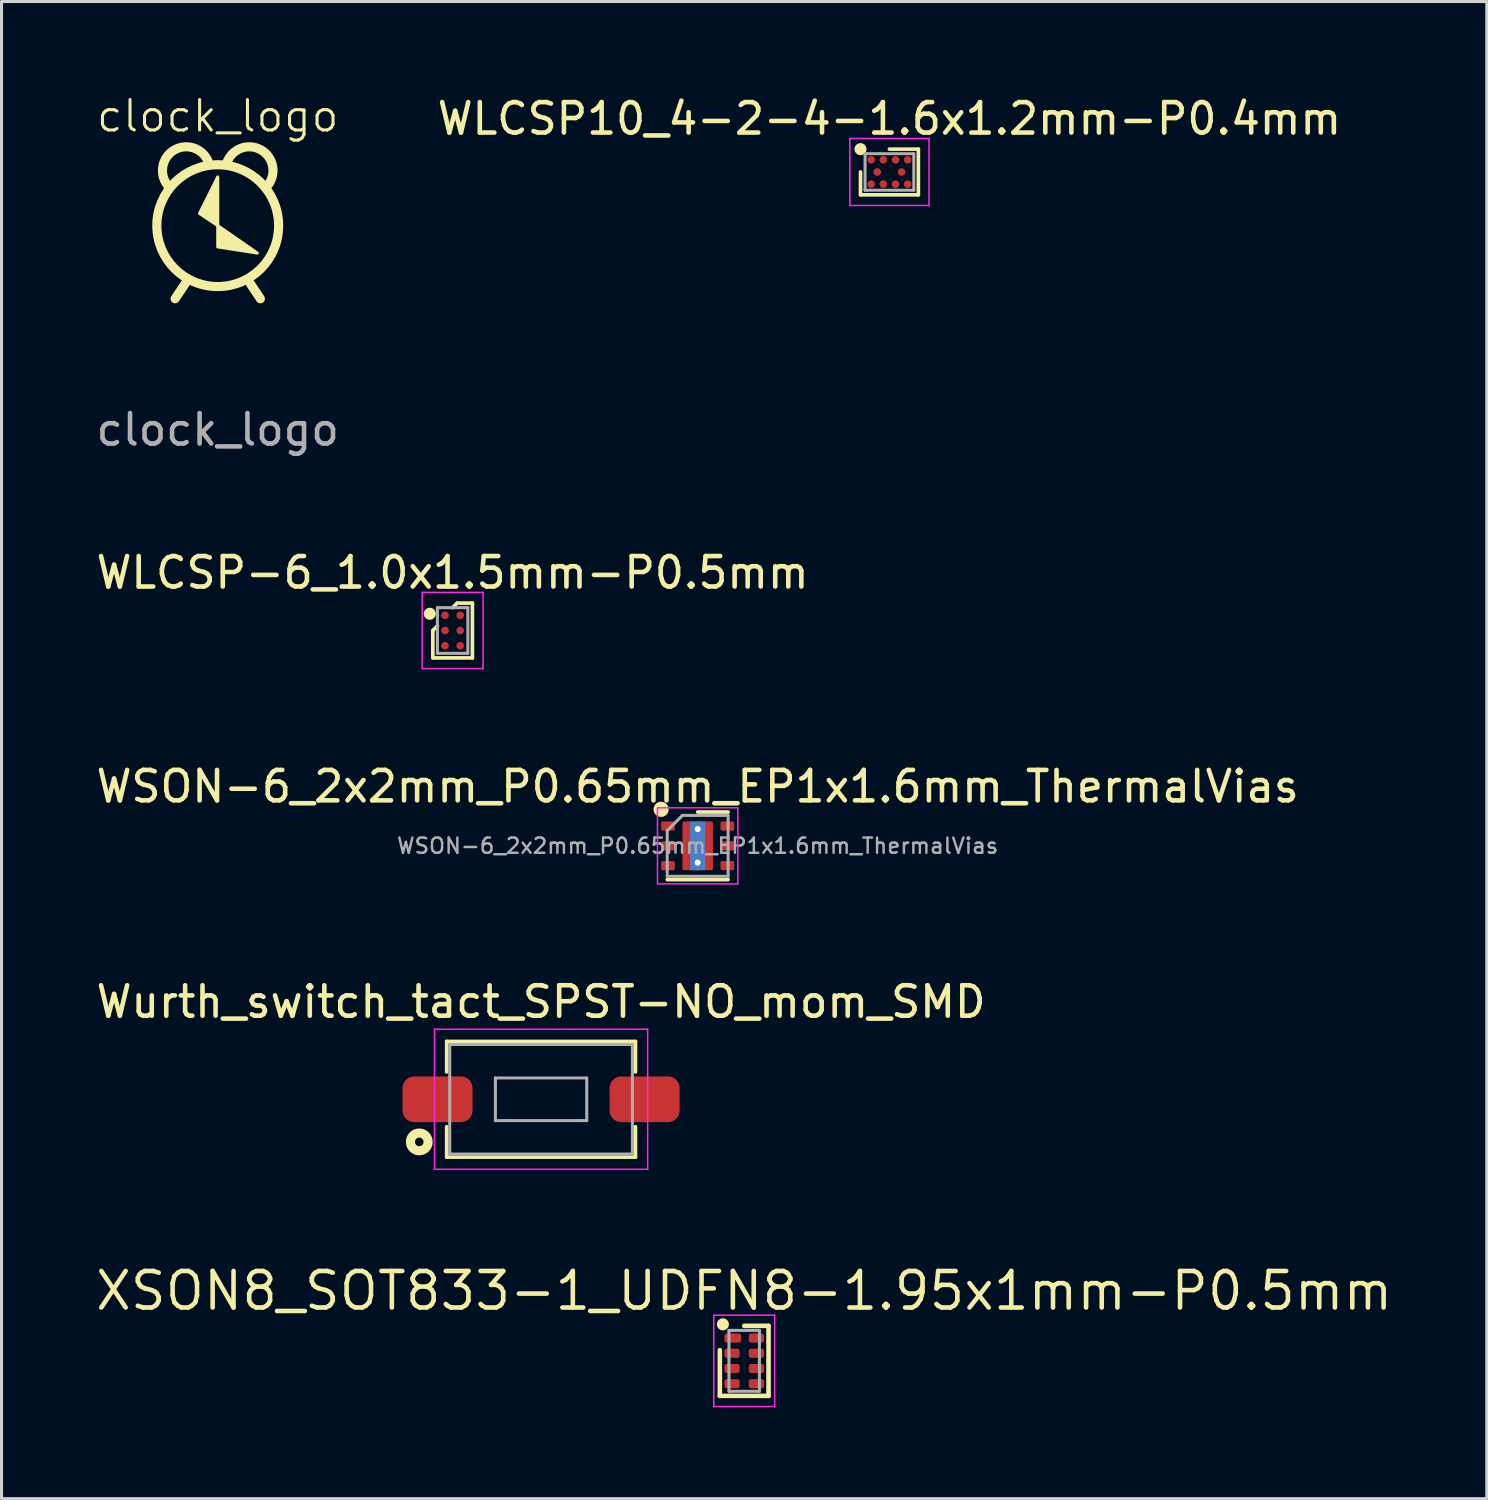
<source format=kicad_pcb>
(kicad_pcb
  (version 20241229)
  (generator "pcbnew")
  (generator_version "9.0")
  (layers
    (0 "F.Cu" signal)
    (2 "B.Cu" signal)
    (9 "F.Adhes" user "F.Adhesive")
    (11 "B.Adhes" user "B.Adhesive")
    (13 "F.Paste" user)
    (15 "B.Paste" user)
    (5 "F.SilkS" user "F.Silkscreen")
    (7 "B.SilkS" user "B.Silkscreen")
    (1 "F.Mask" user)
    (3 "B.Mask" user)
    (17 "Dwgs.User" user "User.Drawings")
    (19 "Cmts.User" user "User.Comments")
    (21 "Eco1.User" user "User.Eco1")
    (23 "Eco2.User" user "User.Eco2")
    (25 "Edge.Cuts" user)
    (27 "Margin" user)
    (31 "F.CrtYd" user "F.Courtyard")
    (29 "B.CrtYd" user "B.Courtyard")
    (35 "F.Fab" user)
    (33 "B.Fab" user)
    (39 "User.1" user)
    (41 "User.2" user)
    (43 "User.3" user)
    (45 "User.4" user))
  (footprint "XSON8_SOT833-1_UDFN8-1.95x1mm-P0.5mm"
    (layer "F.Cu")
    (at 21.391 41.644)
    (property "Reference" "XSON8_SOT833-1_UDFN8-1.95x1mm-P0.5mm" (at 0 -2.3 0) (layer "F.SilkS") (effects (font (size 1.2 1.2) (thickness 0.15))))
    (attr smd)
    (fp_line (start -0.8 -0.35) (end -0.8 1.15) (stroke (width 0.15) (type solid)) (layer "F.SilkS"))
    (fp_line (start -0.8 1.15) (end 0.8 1.15) (stroke (width 0.15) (type solid)) (layer "F.SilkS"))
    (fp_line (start 0.8 -1.15) (end 0 -1.15) (stroke (width 0.15) (type solid)) (layer "F.SilkS"))
    (fp_line (start 0.8 1.15) (end 0.8 -1.15) (stroke (width 0.15) (type solid)) (layer "F.SilkS"))
    (fp_circle (center -0.7 -1.2) (end -0.6 -1.2) (stroke (width 0.2) (type solid)) (fill no) (layer "F.SilkS"))
    (fp_line (start -1 -1.5) (end 1 -1.5) (stroke (width 0.05) (type solid)) (layer "F.CrtYd"))
    (fp_line (start -1 1.5) (end -1 -1.5) (stroke (width 0.05) (type solid)) (layer "F.CrtYd"))
    (fp_line (start 1 -1.5) (end 1 1.5) (stroke (width 0.05) (type solid)) (layer "F.CrtYd"))
    (fp_line (start 1 1.5) (end -1 1.5) (stroke (width 0.05) (type solid)) (layer "F.CrtYd"))
    (fp_line (start -0.5 -1) (end -0.5 1) (stroke (width 0.1) (type solid)) (layer "F.Fab"))
    (fp_line (start -0.5 1) (end 0.5 1) (stroke (width 0.1) (type solid)) (layer "F.Fab"))
    (fp_line (start 0.5 -1) (end -0.5 -1) (stroke (width 0.1) (type solid)) (layer "F.Fab"))
    (fp_line (start 0.5 1) (end 0.5 -1) (stroke (width 0.1) (type solid)) (layer "F.Fab"))
    (pad "1" smd roundrect (at -0.375 -0.75) (size 0.55 0.3) (layers "F.Cu" "F.Mask" "F.Paste") (roundrect_rratio 0.25))
    (pad "2" smd roundrect (at -0.4 -0.25) (size 0.5 0.3) (layers "F.Cu" "F.Mask" "F.Paste") (roundrect_rratio 0.25))
    (pad "3" smd roundrect (at -0.4 0.25) (size 0.5 0.3) (layers "F.Cu" "F.Mask" "F.Paste") (roundrect_rratio 0.25))
    (pad "4" smd roundrect (at -0.4 0.75) (size 0.5 0.3) (layers "F.Cu" "F.Mask" "F.Paste") (roundrect_rratio 0.25))
    (pad "5" smd roundrect (at 0.4 0.75) (size 0.5 0.3) (layers "F.Cu" "F.Mask" "F.Paste") (roundrect_rratio 0.25))
    (pad "6" smd roundrect (at 0.4 0.25) (size 0.5 0.3) (layers "F.Cu" "F.Mask" "F.Paste") (roundrect_rratio 0.25))
    (pad "7" smd roundrect (at 0.4 -0.25) (size 0.5 0.3) (layers "F.Cu" "F.Mask" "F.Paste") (roundrect_rratio 0.25))
    (pad "8" smd roundrect (at 0.4 -0.75) (size 0.5 0.3) (layers "F.Cu" "F.Mask" "F.Paste") (roundrect_rratio 0.25)))
  (footprint "WSON-6_2x2mm_P0.65mm_EP1x1.6mm_ThermalVias"
    (layer "F.Cu")
    (at 19.863 24.73)
    (property "Reference" "WSON-6_2x2mm_P0.65mm_EP1x1.6mm_ThermalVias" (at 0 -1.95 0) (layer "F.SilkS") (effects (font (size 1 1) (thickness 0.15))))
    (attr smd)
    (fp_line (start -1 1.11) (end 1 1.11) (stroke (width 0.12) (type solid)) (layer "F.SilkS"))
    (fp_line (start 0 -1.11) (end 1 -1.11) (stroke (width 0.12) (type solid)) (layer "F.SilkS"))
    (fp_circle (center -1.2 -1.2) (end -1 -1.2) (stroke (width 0.1) (type solid)) (fill yes) (layer "F.SilkS"))
    (fp_line (start -1.32 -1.25) (end -1.32 1.25) (stroke (width 0.05) (type solid)) (layer "F.CrtYd"))
    (fp_line (start -1.32 1.25) (end 1.32 1.25) (stroke (width 0.05) (type solid)) (layer "F.CrtYd"))
    (fp_line (start 1.32 -1.25) (end -1.32 -1.25) (stroke (width 0.05) (type solid)) (layer "F.CrtYd"))
    (fp_line (start 1.32 1.25) (end 1.32 -1.25) (stroke (width 0.05) (type solid)) (layer "F.CrtYd"))
    (fp_line (start -1 -0.5) (end -0.5 -1) (stroke (width 0.1) (type solid)) (layer "F.Fab"))
    (fp_line (start -1 1) (end -1 -0.5) (stroke (width 0.1) (type solid)) (layer "F.Fab"))
    (fp_line (start -0.5 -1) (end 1 -1) (stroke (width 0.1) (type solid)) (layer "F.Fab"))
    (fp_line (start 1 -1) (end 1 1) (stroke (width 0.1) (type solid)) (layer "F.Fab"))
    (fp_line (start 1 1) (end -1 1) (stroke (width 0.1) (type solid)) (layer "F.Fab"))
    (fp_text user "${REFERENCE}" (at 0 0 0) (layer "F.Fab") (effects (font (size 0.5 0.5) (thickness 0.08))))
    (pad "" smd roundrect (at 0 -0.4) (size 0.87 0.69) (layers "F.Paste") (roundrect_rratio 0.072))
    (pad "" smd roundrect (at 0 0.4) (size 0.87 0.69) (layers "F.Paste") (roundrect_rratio 0.072))
    (pad "1" smd roundrect (at -0.975 -0.65) (size 0.45 0.3) (layers "F.Cu" "F.Mask" "F.Paste") (roundrect_rratio 0.167))
    (pad "2" smd roundrect (at -0.975 0) (size 0.45 0.3) (layers "F.Cu" "F.Mask" "F.Paste") (roundrect_rratio 0.167))
    (pad "3" smd roundrect (at -0.975 0.65) (size 0.45 0.3) (layers "F.Cu" "F.Mask" "F.Paste") (roundrect_rratio 0.167))
    (pad "4" smd roundrect (at 0.975 0.65) (size 0.45 0.3) (layers "F.Cu" "F.Mask" "F.Paste") (roundrect_rratio 0.167))
    (pad "5" smd roundrect (at 0.975 0) (size 0.45 0.3) (layers "F.Cu" "F.Mask" "F.Paste") (roundrect_rratio 0.167))
    (pad "6" smd roundrect (at 0.975 -0.65) (size 0.45 0.3) (layers "F.Cu" "F.Mask" "F.Paste") (roundrect_rratio 0.167))
    (pad "7" thru_hole circle (at 0 -0.55) (size 0.5 0.5) (drill 0.2) (layers "*.Cu"))
    (pad "7" smd rect (at 0 0) (size 0.5 1.6) (layers "B.Cu"))
    (pad "7" smd roundrect (at 0 0) (size 1 1.6) (layers "F.Cu" "F.Mask") (roundrect_rratio 0.05))
    (pad "7" thru_hole circle (at 0 0.55) (size 0.5 0.5) (drill 0.2) (layers "*.Cu")))
  (footprint "WLCSP10_4-2-4-1.6x1.2mm-P0.4mm"
    (layer "F.Cu")
    (at 26.161 2.598)
    (property "Reference" "WLCSP10_4-2-4-1.6x1.2mm-P0.4mm" (at 0 -1.75 0) (layer "F.SilkS") (effects (font (size 1 1) (thickness 0.15))))
    (attr smd)
    (fp_line (start -0.95 0.75) (end -0.95 0) (stroke (width 0.12) (type solid)) (layer "F.SilkS"))
    (fp_line (start 0 -0.75) (end 0.95 -0.75) (stroke (width 0.12) (type solid)) (layer "F.SilkS"))
    (fp_line (start 0.95 -0.75) (end 0.95 0.75) (stroke (width 0.12) (type solid)) (layer "F.SilkS"))
    (fp_line (start 0.95 0.75) (end -0.95 0.75) (stroke (width 0.12) (type solid)) (layer "F.SilkS"))
    (fp_circle (center -0.95 -0.75) (end -0.85 -0.75) (stroke (width 0.2) (type solid)) (fill no) (layer "F.SilkS"))
    (fp_line (start -1.3 -1.1) (end -1.3 1.1) (stroke (width 0.05) (type solid)) (layer "F.CrtYd"))
    (fp_line (start -1.3 -1.1) (end 1.3 -1.1) (stroke (width 0.05) (type solid)) (layer "F.CrtYd"))
    (fp_line (start 1.3 -1.1) (end 1.3 1.1) (stroke (width 0.05) (type solid)) (layer "F.CrtYd"))
    (fp_line (start 1.3 1.1) (end -1.3 1.1) (stroke (width 0.05) (type solid)) (layer "F.CrtYd"))
    (fp_line (start -0.8 -0.6) (end 0.8 -0.6) (stroke (width 0.1) (type solid)) (layer "F.Fab"))
    (fp_line (start -0.8 0.6) (end -0.8 -0.6) (stroke (width 0.1) (type solid)) (layer "F.Fab"))
    (fp_line (start 0.8 -0.6) (end 0.8 0.6) (stroke (width 0.1) (type solid)) (layer "F.Fab"))
    (fp_line (start 0.8 0.6) (end -0.8 0.6) (stroke (width 0.1) (type solid)) (layer "F.Fab"))
    (pad "A1" smd circle (at -0.6 -0.4) (size 0.25 0.25) (layers "F.Cu" "F.Mask" "F.Paste"))
    (pad "A2" smd circle (at -0.2 -0.4) (size 0.25 0.25) (layers "F.Cu" "F.Mask" "F.Paste"))
    (pad "A3" smd circle (at 0.2 -0.4) (size 0.25 0.25) (layers "F.Cu" "F.Mask" "F.Paste"))
    (pad "A4" smd circle (at 0.6 -0.4) (size 0.25 0.25) (layers "F.Cu" "F.Mask" "F.Paste"))
    (pad "B1" smd circle (at -0.4 0) (size 0.25 0.25) (layers "F.Cu" "F.Mask" "F.Paste"))
    (pad "B2" smd circle (at 0.4 0) (size 0.25 0.25) (layers "F.Cu" "F.Mask" "F.Paste"))
    (pad "C1" smd circle (at -0.6 0.4) (size 0.25 0.25) (layers "F.Cu" "F.Mask" "F.Paste"))
    (pad "C2" smd circle (at -0.2 0.4) (size 0.25 0.25) (layers "F.Cu" "F.Mask" "F.Paste"))
    (pad "C3" smd circle (at 0.2 0.4) (size 0.25 0.25) (layers "F.Cu" "F.Mask" "F.Paste"))
    (pad "C4" smd circle (at 0.6 0.4) (size 0.25 0.25) (layers "F.Cu" "F.Mask" "F.Paste")))
  (footprint "clock_logo"
    (layer "F.Cu")
    (at 4.101 4.361)
    (property "Reference" "clock_logo" (at 0 -3.6 0) (unlocked yes) (layer "F.SilkS") (effects (font (size 1 1) (thickness 0.1))))
    (attr smd exclude_from_pos_files exclude_from_bom)
    (fp_line (start -1 1.8) (end -1.4 2.4) (stroke (width 0.3) (type default)) (layer "F.SilkS"))
    (fp_line (start 1 1.8) (end 1.4 2.4) (stroke (width 0.3) (type default)) (layer "F.SilkS"))
    (fp_arc (start -1.63483 -1.309603) (mid -1.4 -2.5) (end -0.283858 -2.024166) (stroke (width 0.3) (type default)) (layer "F.SilkS"))
    (fp_arc (start 0.283858 -2.024167) (mid 1.4 -2.5) (end 1.63483 -1.309604) (stroke (width 0.3) (type default)) (layer "F.SilkS"))
    (fp_circle (center 0 0) (end 2 0) (stroke (width 0.3) (type default)) (fill no) (layer "F.SilkS"))
    (fp_poly (pts (xy 0 -1.6) (xy -0.6 -0.4) (xy 0 0)) (stroke (width 0.1) (type solid)) (fill yes) (layer "F.SilkS"))
    (fp_poly (pts (xy 0 0) (xy 1.3 0.9) (xy 0 0.7)) (stroke (width 0.1) (type solid)) (fill yes) (layer "F.SilkS"))
    (fp_text user "${REFERENCE}" (at 0 6.7 0) (unlocked yes) (layer "F.Fab") (effects (font (size 1 1) (thickness 0.15)))))
  (footprint "Wurth_switch_tact_SPST-NO_mom_SMD"
    (layer "F.Cu")
    (at 14.72 33.053)
    (property "Reference" "Wurth_switch_tact_SPST-NO_mom_SMD" (at 0 -3.2 0) (layer "F.SilkS") (effects (font (size 1 1) (thickness 0.15))))
    (attr through_hole)
    (fp_line (start -3.1 -1.9) (end 3.1 -1.9) (stroke (width 0.12) (type solid)) (layer "F.SilkS"))
    (fp_line (start -3.1 -0.9) (end -3.1 -1.9) (stroke (width 0.12) (type solid)) (layer "F.SilkS"))
    (fp_line (start -3.1 1.9) (end -3.1 0.9) (stroke (width 0.12) (type solid)) (layer "F.SilkS"))
    (fp_line (start -3.1 1.9) (end 3.1 1.9) (stroke (width 0.12) (type solid)) (layer "F.SilkS"))
    (fp_line (start 3.1 -0.9) (end 3.1 -1.9) (stroke (width 0.12) (type solid)) (layer "F.SilkS"))
    (fp_line (start 3.1 1.9) (end 3.1 0.9) (stroke (width 0.12) (type solid)) (layer "F.SilkS"))
    (fp_circle (center -4 1.4) (end -3.859 1.4) (stroke (width 0.3) (type solid)) (fill no) (layer "F.SilkS"))
    (fp_line (start -3.5 -2.3) (end 3.5 -2.3) (stroke (width 0.05) (type solid)) (layer "F.CrtYd"))
    (fp_line (start -3.5 2.3) (end -3.5 -2.3) (stroke (width 0.05) (type solid)) (layer "F.CrtYd"))
    (fp_line (start -3.5 2.3) (end 3.5 2.3) (stroke (width 0.05) (type solid)) (layer "F.CrtYd"))
    (fp_line (start 3.5 2.3) (end 3.5 -2.3) (stroke (width 0.05) (type solid)) (layer "F.CrtYd"))
    (fp_line (start -3 -1.8) (end 3 -1.8) (stroke (width 0.1) (type solid)) (layer "F.Fab"))
    (fp_line (start -3 1.8) (end -3 -1.8) (stroke (width 0.1) (type solid)) (layer "F.Fab"))
    (fp_line (start -3 1.8) (end 3 1.8) (stroke (width 0.1) (type solid)) (layer "F.Fab"))
    (fp_line (start -1.5 0.7) (end -1.5 -0.7) (stroke (width 0.1) (type solid)) (layer "F.Fab"))
    (fp_line (start 1.5 -0.7) (end -1.5 -0.7) (stroke (width 0.1) (type solid)) (layer "F.Fab"))
    (fp_line (start 1.5 0.7) (end -1.5 0.7) (stroke (width 0.1) (type solid)) (layer "F.Fab"))
    (fp_line (start 1.5 0.7) (end 1.5 -0.7) (stroke (width 0.1) (type solid)) (layer "F.Fab"))
    (fp_line (start 3 1.8) (end 3 -1.8) (stroke (width 0.1) (type solid)) (layer "F.Fab"))
    (pad "1" smd roundrect (at -3.4 0) (size 2.3 1.5) (layers "F.Cu" "F.Mask" "F.Paste") (roundrect_rratio 0.25))
    (pad "2" smd roundrect (at 3.4 0) (size 2.3 1.5) (layers "F.Cu" "F.Mask" "F.Paste") (roundrect_rratio 0.25)))
  (footprint "WLCSP-6_1.0x1.5mm-P0.5mm"
    (layer "F.Cu")
    (at 11.815 17.657)
    (property "Reference" "WLCSP-6_1.0x1.5mm-P0.5mm" (at 0 -1.9 0) (layer "F.SilkS") (effects (font (size 1 1) (thickness 0.15))))
    (attr smd)
    (fp_line (start -0.65 0) (end -0.5 -0.15) (stroke (width 0.12) (type solid)) (layer "F.SilkS"))
    (fp_line (start -0.65 0.9) (end -0.65 0) (stroke (width 0.12) (type solid)) (layer "F.SilkS"))
    (fp_line (start 0 -0.75) (end 0.15 -0.9) (stroke (width 0.12) (type solid)) (layer "F.SilkS"))
    (fp_line (start 0.15 -0.9) (end 0.65 -0.9) (stroke (width 0.12) (type solid)) (layer "F.SilkS"))
    (fp_line (start 0.65 -0.9) (end 0.65 0.9) (stroke (width 0.12) (type solid)) (layer "F.SilkS"))
    (fp_line (start 0.65 0.9) (end -0.65 0.9) (stroke (width 0.12) (type solid)) (layer "F.SilkS"))
    (fp_circle (center -0.75 -0.55) (end -0.65 -0.55) (stroke (width 0.2) (type solid)) (fill no) (layer "F.SilkS"))
    (fp_line (start -1 -1.25) (end 1 -1.25) (stroke (width 0.05) (type solid)) (layer "F.CrtYd"))
    (fp_line (start -1 1.25) (end -1 -1.25) (stroke (width 0.05) (type solid)) (layer "F.CrtYd"))
    (fp_line (start 1 -1.25) (end 1 1.25) (stroke (width 0.05) (type solid)) (layer "F.CrtYd"))
    (fp_line (start 1 1.25) (end -1 1.25) (stroke (width 0.05) (type solid)) (layer "F.CrtYd"))
    (fp_line (start -0.5 -0.75) (end 0.5 -0.75) (stroke (width 0.1) (type solid)) (layer "F.Fab"))
    (fp_line (start -0.5 0.75) (end -0.5 -0.75) (stroke (width 0.1) (type solid)) (layer "F.Fab"))
    (fp_line (start 0.5 -0.75) (end 0.5 0.75) (stroke (width 0.1) (type solid)) (layer "F.Fab"))
    (fp_line (start 0.5 0.75) (end -0.5 0.75) (stroke (width 0.1) (type solid)) (layer "F.Fab"))
    (pad "A1" smd circle (at -0.25 -0.5) (size 0.25 0.25) (layers "F.Cu" "F.Mask" "F.Paste"))
    (pad "A2" smd circle (at 0.25 -0.5) (size 0.25 0.25) (layers "F.Cu" "F.Mask" "F.Paste"))
    (pad "B1" smd circle (at -0.25 0) (size 0.25 0.25) (layers "F.Cu" "F.Mask" "F.Paste"))
    (pad "B2" smd circle (at 0.25 0) (size 0.25 0.25) (layers "F.Cu" "F.Mask" "F.Paste"))
    (pad "C1" smd circle (at -0.25 0.5) (size 0.25 0.25) (layers "F.Cu" "F.Mask" "F.Paste"))
    (pad "C2" smd circle (at 0.25 0.5) (size 0.25 0.25) (layers "F.Cu" "F.Mask" "F.Paste")))
  (gr_rect
    (start -3 -3)
    (end 45.781 46.169)
    (stroke (width 0.1) (type default))
    (fill no)
    (layer "Edge.Cuts")))
</source>
